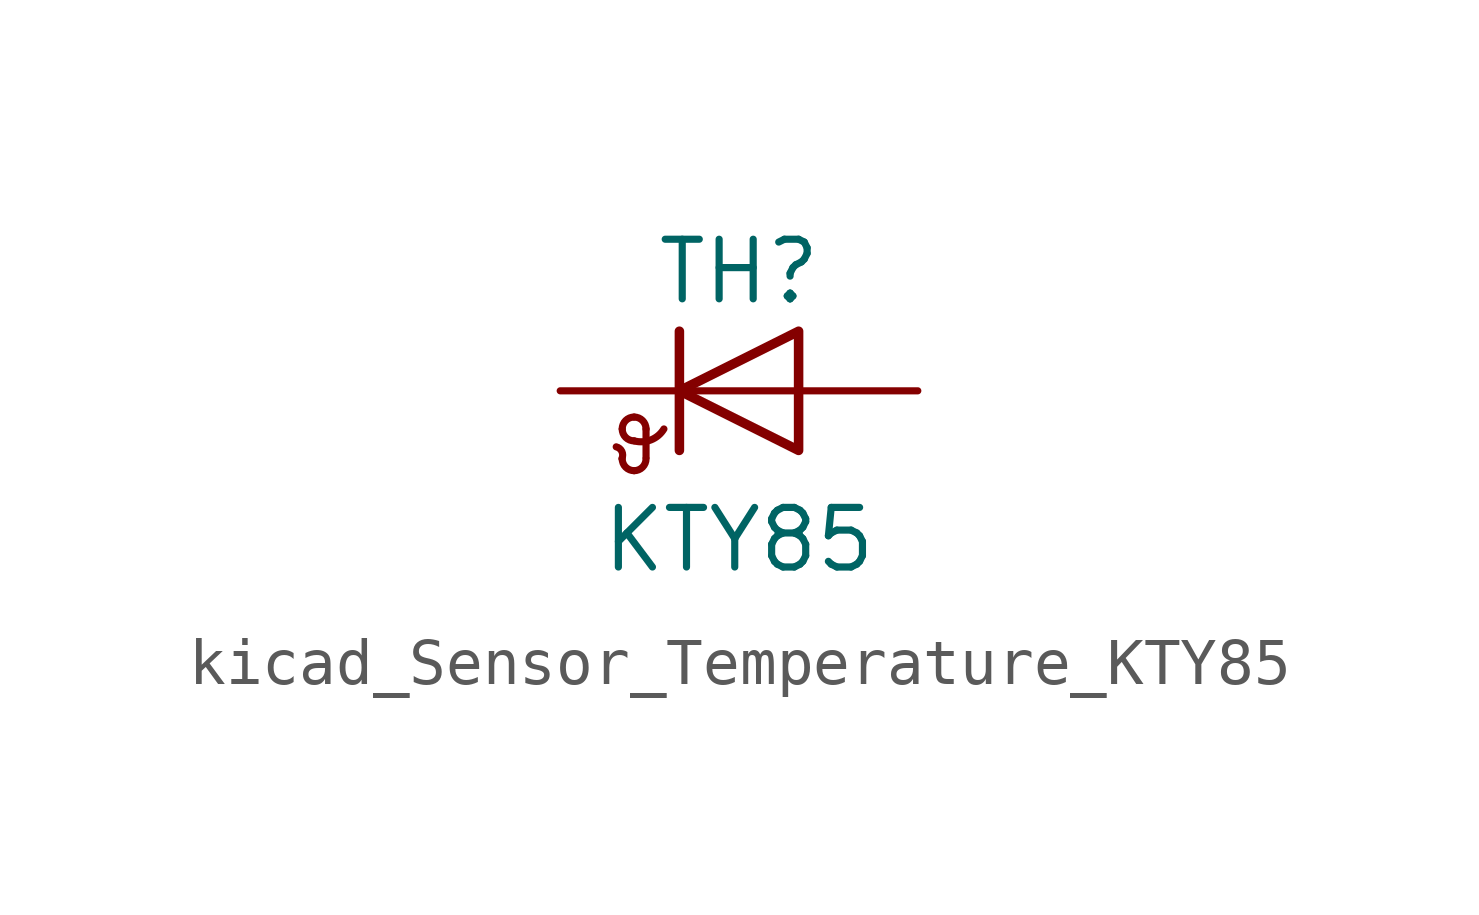
<source format=kicad_sym>
(kicad_symbol_lib
  (version 20220914)
  (generator kicad_symbol_editor)
  (symbol "kicad_Sensor_Temperature_KTY85"
    (pin_numbers hide)
    (pin_names
      (offset 0) hide)
    (property "Reference" "TH"
      (at 0 2.54 0)
      (effects (font (size 1.27 1.27))))
    (property "Value" "KTY85"
      (at 0 -3.175 0)
      (effects (font (size 1.27 1.27))))
    (symbol "kicad_Sensor_Temperature_KTY85_0_1"
      (arc (start -2.4892 -1.4478) (mid -2.4907 -1.2925) (end -2.6162 -1.1938) (stroke (width 0) (type default)) (fill (type none)))
      (arc (start -2.4892 -1.4478) (mid -2.4148 -1.6274) (end -2.2352 -1.7018) (stroke (width 0) (type default)) (fill (type none)))
      (arc (start -2.4892 -0.8128) (mid -2.4148 -0.9924) (end -2.2352 -1.0668) (stroke (width 0) (type default)) (fill (type none)))
      (arc (start -2.2352 -1.7018) (mid -2.0556 -1.6274) (end -1.9812 -1.4478) (stroke (width 0) (type default)) (fill (type none)))
      (arc (start -2.2352 -1.0668) (mid -1.8805 -1.0481) (end -1.6002 -0.8128) (stroke (width 0) (type default)) (fill (type none)))
      (arc (start -2.2352 -0.5588) (mid -2.4148 -0.6332) (end -2.4892 -0.8128) (stroke (width 0) (type default)) (fill (type none)))
      (arc (start -1.9812 -0.8128) (mid -2.0556 -0.6332) (end -2.2352 -0.5588) (stroke (width 0) (type default)) (fill (type none)))
      (polyline (pts (xy -1.981 -1.422) (xy -1.981 -0.813)) (stroke (width 0) (type default)) (fill (type none)))
      (polyline (pts (xy -1.27 1.27) (xy -1.27 -1.27)) (stroke (width 0.203) (type default)) (fill (type none)))
      (polyline (pts (xy 1.27 0) (xy -1.27 0)) (stroke (width 0) (type default)) (fill (type none)))
      (polyline (pts (xy 1.27 -1.27) (xy 1.27 1.27) (xy -1.27 0) (xy 1.27 -1.27)) (stroke (width 0.203) (type default)) (fill (type none))))
    (symbol "kicad_Sensor_Temperature_KTY85_1_1"
      (pin passive line (at -3.81 0 0) (length 2.54) (name "K" (effects (font (size 1.27 1.27)))) (number "1" (effects (font (size 1.27 1.27)))))
      (pin passive line (at 3.81 0 180) (length 2.54) (name "A" (effects (font (size 1.27 1.27)))) (number "2" (effects (font (size 1.27 1.27))))))))
</source>
